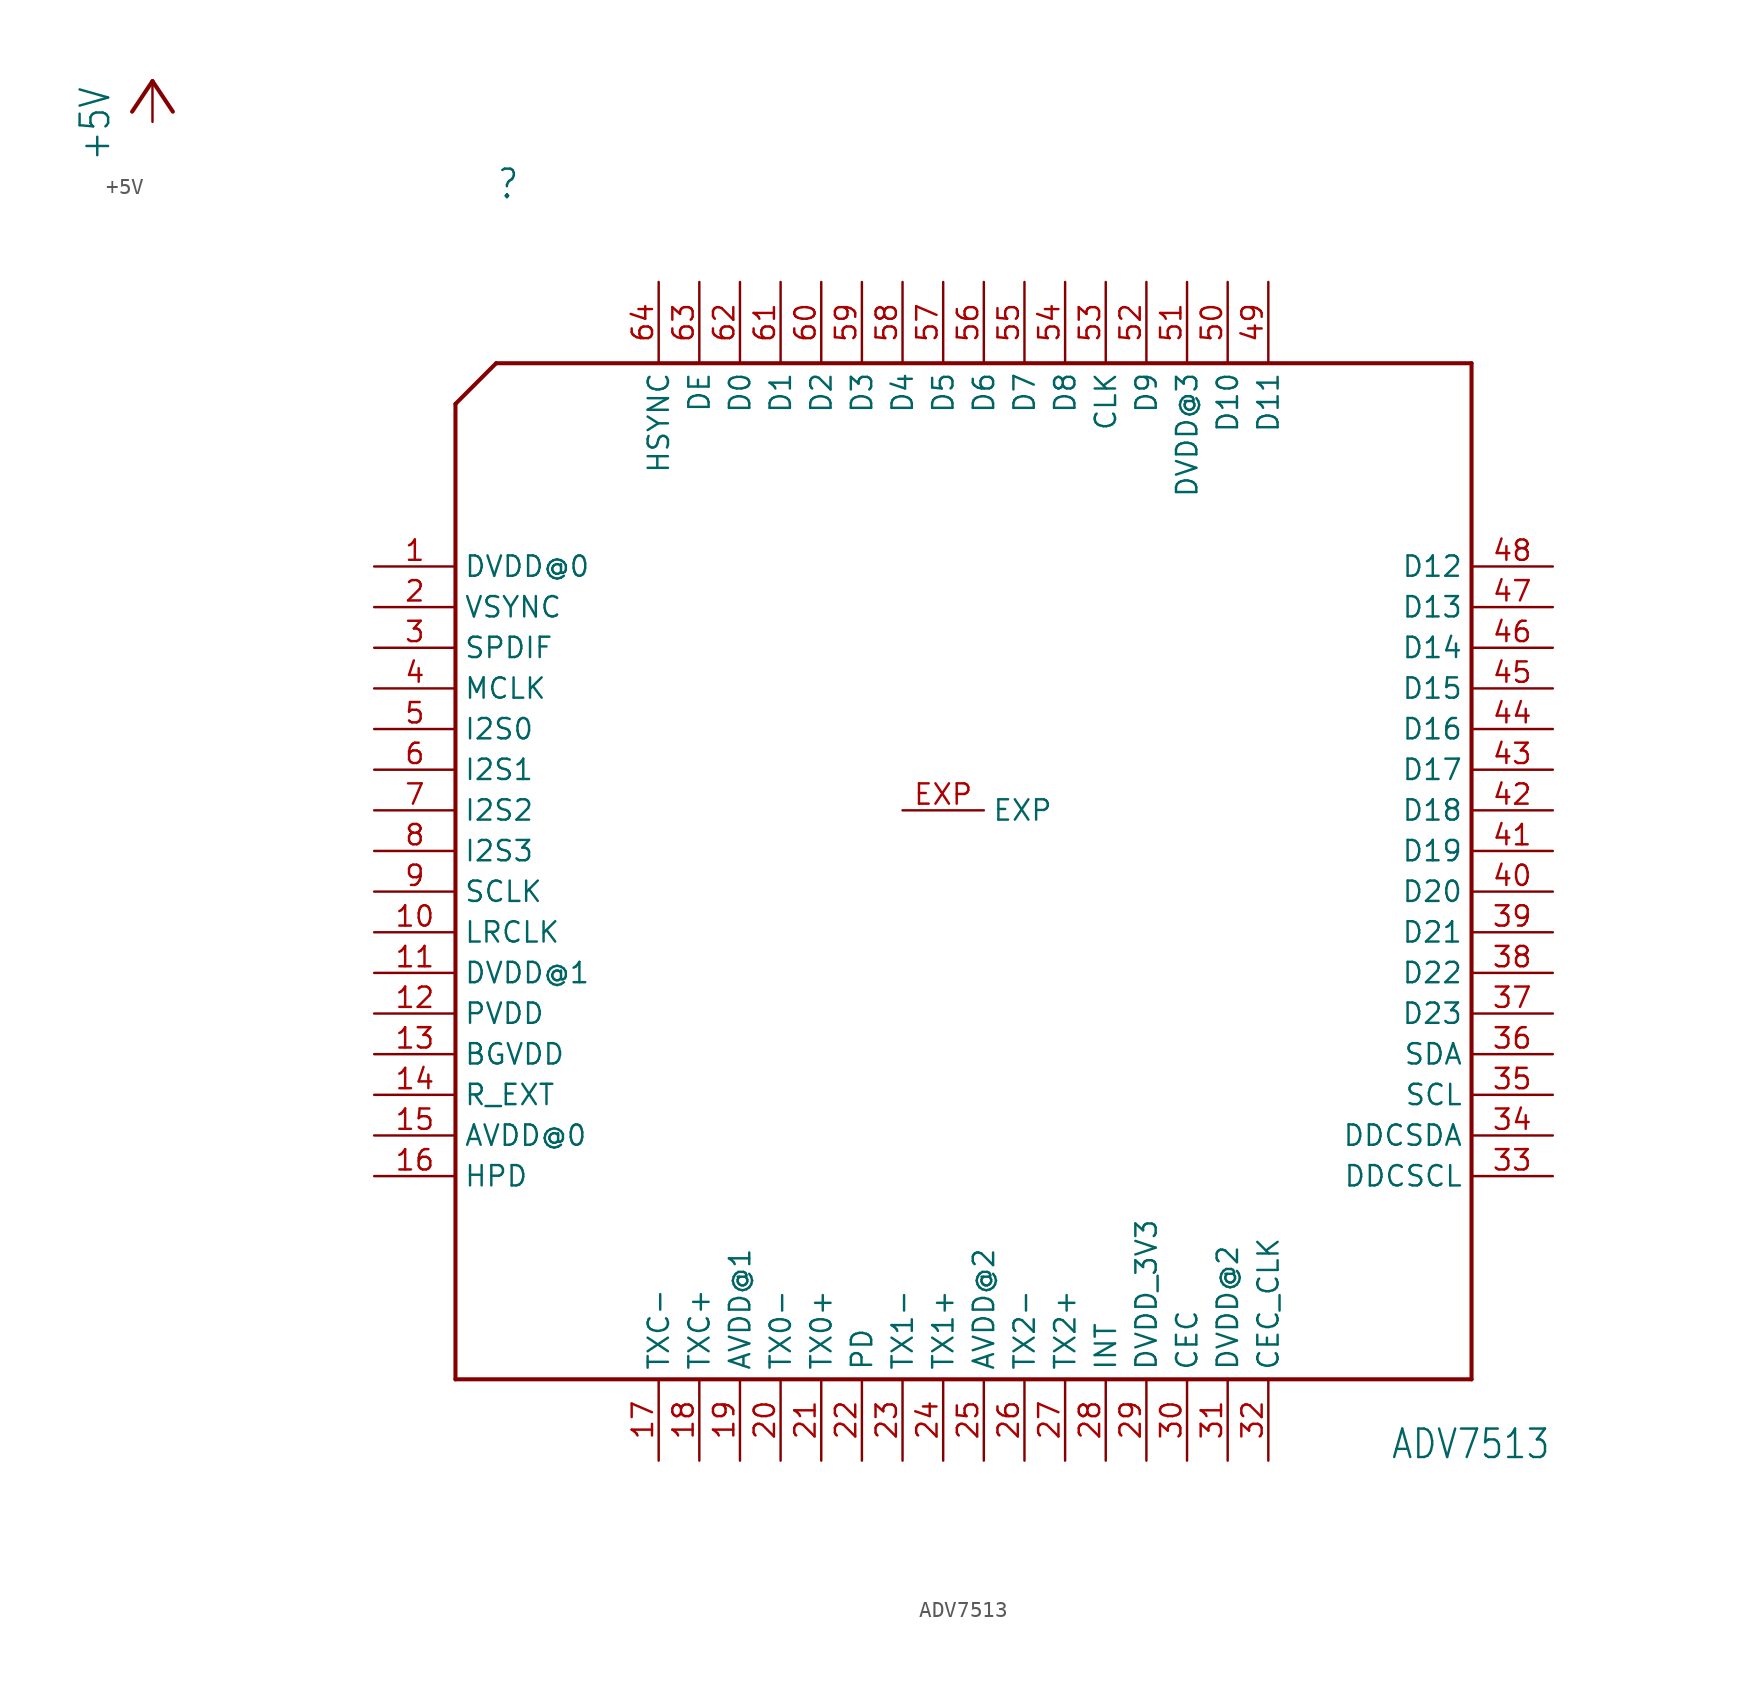
<source format=kicad_sym>
(kicad_symbol_lib
  (version 20211014)
  (generator kicad_symbol_editor)
  (symbol "+5V"
    (power)
    (property "Reference" "#P+"
      (at 0 0 0)
      (effects (font (size 1.27 1.27)) hide))
    (property "Value" "+5V"
      (at -2.54 -5.08 90)
      (effects (font (size 1.778 1.511)) (justify left bottom)))
    (property "ki_locked" ""
      (at 0 0 0)
      (effects (font (size 1.27 1.27))))
    (symbol "+5V_1_0"
      (polyline (pts (xy 0 0) (xy -1.27 -1.905)) (stroke (width 0.254) (type default) (color 0 0 0 0)) (fill (type none)))
      (polyline (pts (xy 1.27 -1.905) (xy 0 0)) (stroke (width 0.254) (type default) (color 0 0 0 0)) (fill (type none)))
      (pin power_in line (at 0 -2.54 90) (length 2.54) (name "+5V" (effects (font (size 0 0)))) (number "1" (effects (font (size 0 0)))))))
  (symbol "ADV7513"
    (property "Reference" ""
      (at -27.94 40.64 0)
      (effects (font (size 1.778 1.511)) (justify left bottom)))
    (property "Value" "ADV7513"
      (at 27.94 -38.1 0)
      (effects (font (size 1.778 1.511)) (justify left bottom)))
    (property "ki_locked" ""
      (at 0 0 0)
      (effects (font (size 1.27 1.27))))
    (symbol "ADV7513_1_0"
      (polyline (pts (xy -30.48 -33.02) (xy 33.02 -33.02)) (stroke (width 0.254) (type default) (color 0 0 0 0)) (fill (type none)))
      (polyline (pts (xy -30.48 27.94) (xy -30.48 -33.02)) (stroke (width 0.254) (type default) (color 0 0 0 0)) (fill (type none)))
      (polyline (pts (xy -27.94 30.48) (xy -30.48 27.94)) (stroke (width 0.254) (type default) (color 0 0 0 0)) (fill (type none)))
      (polyline (pts (xy 33.02 -33.02) (xy 33.02 30.48)) (stroke (width 0.254) (type default) (color 0 0 0 0)) (fill (type none)))
      (polyline (pts (xy 33.02 30.48) (xy -27.94 30.48)) (stroke (width 0.254) (type default) (color 0 0 0 0)) (fill (type none)))
      (pin power_in line (at -35.56 17.78 0) (length 5.08) (name "DVDD@0" (effects (font (size 1.27 1.27)))) (number "1" (effects (font (size 1.27 1.27)))))
      (pin input line (at -35.56 -5.08 0) (length 5.08) (name "LRCLK" (effects (font (size 1.27 1.27)))) (number "10" (effects (font (size 1.27 1.27)))))
      (pin power_in line (at -35.56 -7.62 0) (length 5.08) (name "DVDD@1" (effects (font (size 1.27 1.27)))) (number "11" (effects (font (size 1.27 1.27)))))
      (pin power_in line (at -35.56 -10.16 0) (length 5.08) (name "PVDD" (effects (font (size 1.27 1.27)))) (number "12" (effects (font (size 1.27 1.27)))))
      (pin power_in line (at -35.56 -12.7 0) (length 5.08) (name "BGVDD" (effects (font (size 1.27 1.27)))) (number "13" (effects (font (size 1.27 1.27)))))
      (pin input line (at -35.56 -15.24 0) (length 5.08) (name "R_EXT" (effects (font (size 1.27 1.27)))) (number "14" (effects (font (size 1.27 1.27)))))
      (pin power_in line (at -35.56 -17.78 0) (length 5.08) (name "AVDD@0" (effects (font (size 1.27 1.27)))) (number "15" (effects (font (size 1.27 1.27)))))
      (pin input line (at -35.56 -20.32 0) (length 5.08) (name "HPD" (effects (font (size 1.27 1.27)))) (number "16" (effects (font (size 1.27 1.27)))))
      (pin output line (at -17.78 -38.1 90) (length 5.08) (name "TXC-" (effects (font (size 1.27 1.27)))) (number "17" (effects (font (size 1.27 1.27)))))
      (pin output line (at -15.24 -38.1 90) (length 5.08) (name "TXC+" (effects (font (size 1.27 1.27)))) (number "18" (effects (font (size 1.27 1.27)))))
      (pin power_in line (at -12.7 -38.1 90) (length 5.08) (name "AVDD@1" (effects (font (size 1.27 1.27)))) (number "19" (effects (font (size 1.27 1.27)))))
      (pin input line (at -35.56 15.24 0) (length 5.08) (name "VSYNC" (effects (font (size 1.27 1.27)))) (number "2" (effects (font (size 1.27 1.27)))))
      (pin output line (at -10.16 -38.1 90) (length 5.08) (name "TX0-" (effects (font (size 1.27 1.27)))) (number "20" (effects (font (size 1.27 1.27)))))
      (pin output line (at -7.62 -38.1 90) (length 5.08) (name "TX0+" (effects (font (size 1.27 1.27)))) (number "21" (effects (font (size 1.27 1.27)))))
      (pin input line (at -5.08 -38.1 90) (length 5.08) (name "PD" (effects (font (size 1.27 1.27)))) (number "22" (effects (font (size 1.27 1.27)))))
      (pin output line (at -2.54 -38.1 90) (length 5.08) (name "TX1-" (effects (font (size 1.27 1.27)))) (number "23" (effects (font (size 1.27 1.27)))))
      (pin output line (at 0 -38.1 90) (length 5.08) (name "TX1+" (effects (font (size 1.27 1.27)))) (number "24" (effects (font (size 1.27 1.27)))))
      (pin power_in line (at 2.54 -38.1 90) (length 5.08) (name "AVDD@2" (effects (font (size 1.27 1.27)))) (number "25" (effects (font (size 1.27 1.27)))))
      (pin output line (at 5.08 -38.1 90) (length 5.08) (name "TX2-" (effects (font (size 1.27 1.27)))) (number "26" (effects (font (size 1.27 1.27)))))
      (pin output line (at 7.62 -38.1 90) (length 5.08) (name "TX2+" (effects (font (size 1.27 1.27)))) (number "27" (effects (font (size 1.27 1.27)))))
      (pin output line (at 10.16 -38.1 90) (length 5.08) (name "INT" (effects (font (size 1.27 1.27)))) (number "28" (effects (font (size 1.27 1.27)))))
      (pin power_in line (at 12.7 -38.1 90) (length 5.08) (name "DVDD_3V3" (effects (font (size 1.27 1.27)))) (number "29" (effects (font (size 1.27 1.27)))))
      (pin input line (at -35.56 12.7 0) (length 5.08) (name "SPDIF" (effects (font (size 1.27 1.27)))) (number "3" (effects (font (size 1.27 1.27)))))
      (pin bidirectional line (at 15.24 -38.1 90) (length 5.08) (name "CEC" (effects (font (size 1.27 1.27)))) (number "30" (effects (font (size 1.27 1.27)))))
      (pin bidirectional line (at 17.78 -38.1 90) (length 5.08) (name "DVDD@2" (effects (font (size 1.27 1.27)))) (number "31" (effects (font (size 1.27 1.27)))))
      (pin input line (at 20.32 -38.1 90) (length 5.08) (name "CEC_CLK" (effects (font (size 1.27 1.27)))) (number "32" (effects (font (size 1.27 1.27)))))
      (pin bidirectional line (at 38.1 -20.32 180) (length 5.08) (name "DDCSCL" (effects (font (size 1.27 1.27)))) (number "33" (effects (font (size 1.27 1.27)))))
      (pin bidirectional line (at 38.1 -17.78 180) (length 5.08) (name "DDCSDA" (effects (font (size 1.27 1.27)))) (number "34" (effects (font (size 1.27 1.27)))))
      (pin input line (at 38.1 -15.24 180) (length 5.08) (name "SCL" (effects (font (size 1.27 1.27)))) (number "35" (effects (font (size 1.27 1.27)))))
      (pin bidirectional line (at 38.1 -12.7 180) (length 5.08) (name "SDA" (effects (font (size 1.27 1.27)))) (number "36" (effects (font (size 1.27 1.27)))))
      (pin input line (at 38.1 -10.16 180) (length 5.08) (name "D23" (effects (font (size 1.27 1.27)))) (number "37" (effects (font (size 1.27 1.27)))))
      (pin input line (at 38.1 -7.62 180) (length 5.08) (name "D22" (effects (font (size 1.27 1.27)))) (number "38" (effects (font (size 1.27 1.27)))))
      (pin input line (at 38.1 -5.08 180) (length 5.08) (name "D21" (effects (font (size 1.27 1.27)))) (number "39" (effects (font (size 1.27 1.27)))))
      (pin input line (at -35.56 10.16 0) (length 5.08) (name "MCLK" (effects (font (size 1.27 1.27)))) (number "4" (effects (font (size 1.27 1.27)))))
      (pin input line (at 38.1 -2.54 180) (length 5.08) (name "D20" (effects (font (size 1.27 1.27)))) (number "40" (effects (font (size 1.27 1.27)))))
      (pin input line (at 38.1 0 180) (length 5.08) (name "D19" (effects (font (size 1.27 1.27)))) (number "41" (effects (font (size 1.27 1.27)))))
      (pin input line (at 38.1 2.54 180) (length 5.08) (name "D18" (effects (font (size 1.27 1.27)))) (number "42" (effects (font (size 1.27 1.27)))))
      (pin input line (at 38.1 5.08 180) (length 5.08) (name "D17" (effects (font (size 1.27 1.27)))) (number "43" (effects (font (size 1.27 1.27)))))
      (pin input line (at 38.1 7.62 180) (length 5.08) (name "D16" (effects (font (size 1.27 1.27)))) (number "44" (effects (font (size 1.27 1.27)))))
      (pin input line (at 38.1 10.16 180) (length 5.08) (name "D15" (effects (font (size 1.27 1.27)))) (number "45" (effects (font (size 1.27 1.27)))))
      (pin input line (at 38.1 12.7 180) (length 5.08) (name "D14" (effects (font (size 1.27 1.27)))) (number "46" (effects (font (size 1.27 1.27)))))
      (pin input line (at 38.1 15.24 180) (length 5.08) (name "D13" (effects (font (size 1.27 1.27)))) (number "47" (effects (font (size 1.27 1.27)))))
      (pin input line (at 38.1 17.78 180) (length 5.08) (name "D12" (effects (font (size 1.27 1.27)))) (number "48" (effects (font (size 1.27 1.27)))))
      (pin input line (at 20.32 35.56 270) (length 5.08) (name "D11" (effects (font (size 1.27 1.27)))) (number "49" (effects (font (size 1.27 1.27)))))
      (pin input line (at -35.56 7.62 0) (length 5.08) (name "I2S0" (effects (font (size 1.27 1.27)))) (number "5" (effects (font (size 1.27 1.27)))))
      (pin input line (at 17.78 35.56 270) (length 5.08) (name "D10" (effects (font (size 1.27 1.27)))) (number "50" (effects (font (size 1.27 1.27)))))
      (pin power_in line (at 15.24 35.56 270) (length 5.08) (name "DVDD@3" (effects (font (size 1.27 1.27)))) (number "51" (effects (font (size 1.27 1.27)))))
      (pin input line (at 12.7 35.56 270) (length 5.08) (name "D9" (effects (font (size 1.27 1.27)))) (number "52" (effects (font (size 1.27 1.27)))))
      (pin input line (at 10.16 35.56 270) (length 5.08) (name "CLK" (effects (font (size 1.27 1.27)))) (number "53" (effects (font (size 1.27 1.27)))))
      (pin input line (at 7.62 35.56 270) (length 5.08) (name "D8" (effects (font (size 1.27 1.27)))) (number "54" (effects (font (size 1.27 1.27)))))
      (pin input line (at 5.08 35.56 270) (length 5.08) (name "D7" (effects (font (size 1.27 1.27)))) (number "55" (effects (font (size 1.27 1.27)))))
      (pin input line (at 2.54 35.56 270) (length 5.08) (name "D6" (effects (font (size 1.27 1.27)))) (number "56" (effects (font (size 1.27 1.27)))))
      (pin input line (at 0 35.56 270) (length 5.08) (name "D5" (effects (font (size 1.27 1.27)))) (number "57" (effects (font (size 1.27 1.27)))))
      (pin input line (at -2.54 35.56 270) (length 5.08) (name "D4" (effects (font (size 1.27 1.27)))) (number "58" (effects (font (size 1.27 1.27)))))
      (pin input line (at -5.08 35.56 270) (length 5.08) (name "D3" (effects (font (size 1.27 1.27)))) (number "59" (effects (font (size 1.27 1.27)))))
      (pin input line (at -35.56 5.08 0) (length 5.08) (name "I2S1" (effects (font (size 1.27 1.27)))) (number "6" (effects (font (size 1.27 1.27)))))
      (pin input line (at -7.62 35.56 270) (length 5.08) (name "D2" (effects (font (size 1.27 1.27)))) (number "60" (effects (font (size 1.27 1.27)))))
      (pin input line (at -10.16 35.56 270) (length 5.08) (name "D1" (effects (font (size 1.27 1.27)))) (number "61" (effects (font (size 1.27 1.27)))))
      (pin input line (at -12.7 35.56 270) (length 5.08) (name "D0" (effects (font (size 1.27 1.27)))) (number "62" (effects (font (size 1.27 1.27)))))
      (pin input line (at -15.24 35.56 270) (length 5.08) (name "DE" (effects (font (size 1.27 1.27)))) (number "63" (effects (font (size 1.27 1.27)))))
      (pin input line (at -17.78 35.56 270) (length 5.08) (name "HSYNC" (effects (font (size 1.27 1.27)))) (number "64" (effects (font (size 1.27 1.27)))))
      (pin input line (at -35.56 2.54 0) (length 5.08) (name "I2S2" (effects (font (size 1.27 1.27)))) (number "7" (effects (font (size 1.27 1.27)))))
      (pin input line (at -35.56 0 0) (length 5.08) (name "I2S3" (effects (font (size 1.27 1.27)))) (number "8" (effects (font (size 1.27 1.27)))))
      (pin input line (at -35.56 -2.54 0) (length 5.08) (name "SCLK" (effects (font (size 1.27 1.27)))) (number "9" (effects (font (size 1.27 1.27)))))
      (pin power_in line (at -2.54 2.54 0) (length 5.08) (name "EXP" (effects (font (size 1.27 1.27)))) (number "EXP" (effects (font (size 1.27 1.27))))))))
</source>
